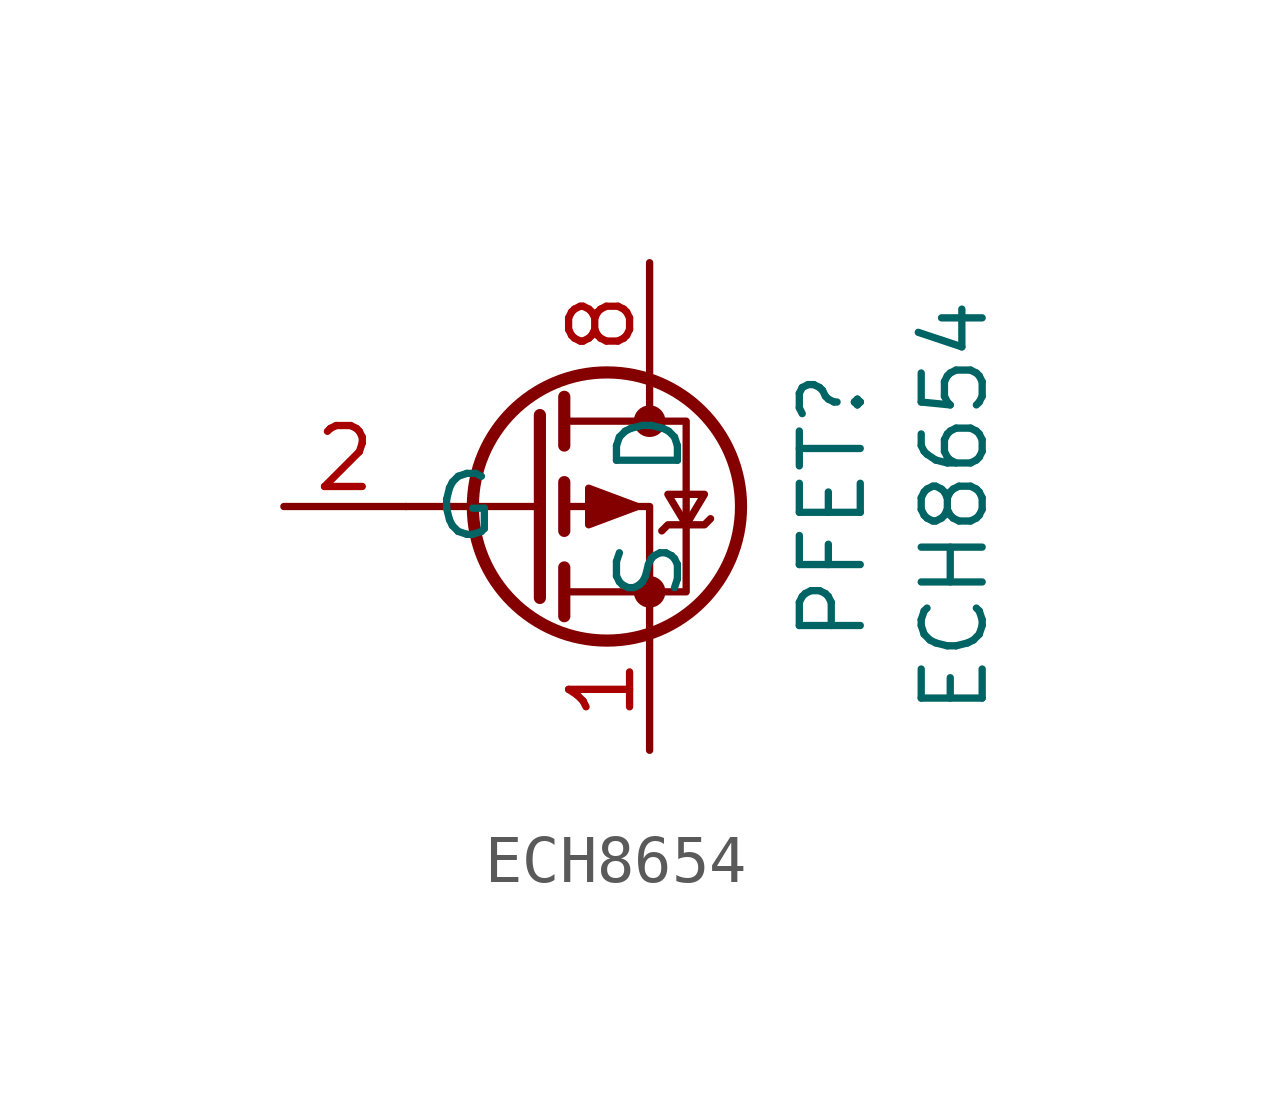
<source format=kicad_sym>
(kicad_symbol_lib
  (version 20211014)
  (generator kicad_symbol_editor)
  (symbol "ECH8654 "
    (property "Reference" "PFET"
      (at 5.08 0 90)
      (effects (font (size 1.27 1.27))))
    (property "Value" "ECH8654 "
      (at 7.62 0 90)
      (effects (font (size 1.27 1.27))))
    (symbol "ECH8654 _0_1"
      (polyline (pts (xy -1.016 0) (xy -3.81 0)) (stroke (width 0) (type default) (color 0 0 0 0)) (fill (type none)))
      (polyline (pts (xy -1.016 1.905) (xy -1.016 -1.905)) (stroke (width 0.254) (type default) (color 0 0 0 0)) (fill (type none)))
      (polyline (pts (xy -0.508 -1.27) (xy -0.508 -2.286)) (stroke (width 0.254) (type default) (color 0 0 0 0)) (fill (type none)))
      (polyline (pts (xy -0.508 0.508) (xy -0.508 -0.508)) (stroke (width 0.254) (type default) (color 0 0 0 0)) (fill (type none)))
      (polyline (pts (xy -0.508 2.286) (xy -0.508 1.27)) (stroke (width 0.254) (type default) (color 0 0 0 0)) (fill (type none)))
      (polyline (pts (xy 1.27 2.54) (xy 1.27 1.778)) (stroke (width 0) (type default) (color 0 0 0 0)) (fill (type none)))
      (polyline (pts (xy 1.27 -2.54) (xy 1.27 0) (xy -0.508 0)) (stroke (width 0) (type default) (color 0 0 0 0)) (fill (type none)))
      (polyline (pts (xy -0.508 1.778) (xy 2.032 1.778) (xy 2.032 -1.778) (xy -0.508 -1.778)) (stroke (width 0) (type default) (color 0 0 0 0)) (fill (type none)))
      (polyline (pts (xy 1.016 0) (xy 0 0.381) (xy 0 -0.381) (xy 1.016 0)) (stroke (width 0) (type default) (color 0 0 0 0)) (fill (type outline)))
      (polyline (pts (xy 1.524 -0.508) (xy 1.651 -0.381) (xy 2.413 -0.381) (xy 2.54 -0.254)) (stroke (width 0) (type default) (color 0 0 0 0)) (fill (type none)))
      (polyline (pts (xy 2.032 -0.381) (xy 1.651 0.254) (xy 2.413 0.254) (xy 2.032 -0.381)) (stroke (width 0) (type default) (color 0 0 0 0)) (fill (type none)))
      (circle (center 0.381 0) (radius 2.794) (stroke (width 0.254) (type default) (color 0 0 0 0)) (fill (type none)))
      (circle (center 1.27 -1.778) (radius 0.254) (stroke (width 0) (type default) (color 0 0 0 0)) (fill (type outline)))
      (circle (center 1.27 1.778) (radius 0.254) (stroke (width 0) (type default) (color 0 0 0 0)) (fill (type outline))))
    (symbol "ECH8654 _1_1"
      (pin passive line (at 1.27 -5.08 90) (length 2.54) (name "S" (effects (font (size 1.27 1.27)))) (number "1" (effects (font (size 1.27 1.27)))))
      (pin passive line (at -6.35 0 0) (length 2.54) (name "G" (effects (font (size 1.27 1.27)))) (number "2" (effects (font (size 1.27 1.27)))))
      (pin passive line (at 1.27 -5.08 90) (length 2.54) hide (name "S" (effects (font (size 1.27 1.27)))) (number "2" (effects (font (size 1.27 1.27)))))
      (pin passive line (at 1.27 -5.08 90) (length 2.54) hide (name "S" (effects (font (size 1.27 1.27)))) (number "3" (effects (font (size 1.27 1.27)))))
      (pin passive line (at 1.27 5.08 270) (length 2.54) (name "D" (effects (font (size 1.27 1.27)))) (number "8" (effects (font (size 1.27 1.27))))))))
</source>
